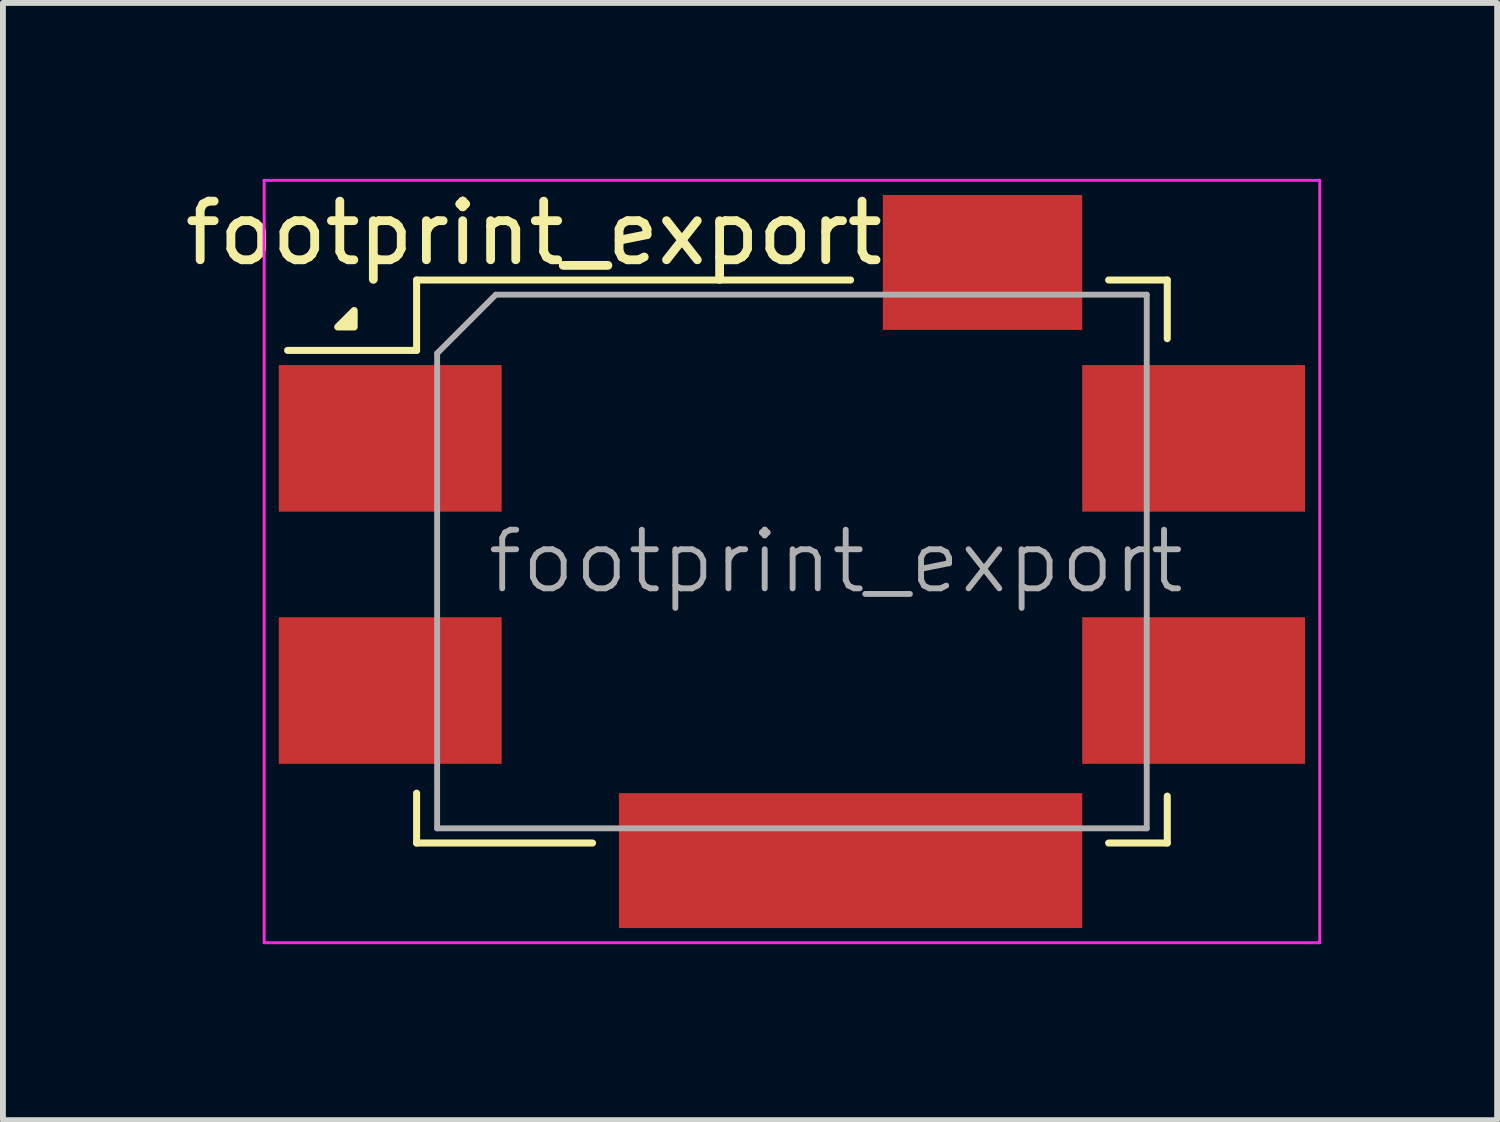
<source format=kicad_pcb>
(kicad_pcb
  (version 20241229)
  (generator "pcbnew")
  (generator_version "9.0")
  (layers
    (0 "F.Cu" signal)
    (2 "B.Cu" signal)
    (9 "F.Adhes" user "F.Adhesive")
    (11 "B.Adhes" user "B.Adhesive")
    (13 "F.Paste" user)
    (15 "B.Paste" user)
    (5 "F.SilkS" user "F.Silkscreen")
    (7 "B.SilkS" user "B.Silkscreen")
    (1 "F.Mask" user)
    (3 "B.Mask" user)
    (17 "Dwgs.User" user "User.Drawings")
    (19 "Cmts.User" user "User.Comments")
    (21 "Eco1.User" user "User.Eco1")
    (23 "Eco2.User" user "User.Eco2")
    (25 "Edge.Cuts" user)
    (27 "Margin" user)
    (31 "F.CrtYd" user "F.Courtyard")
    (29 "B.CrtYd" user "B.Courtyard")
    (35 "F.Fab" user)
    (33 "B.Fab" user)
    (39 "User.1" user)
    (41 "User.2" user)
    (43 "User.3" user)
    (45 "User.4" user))
  (footprint "footprint_export"
    (layer "F.Cu")
    (at 10.454 6.525)
    (property "Reference" "footprint_export" (at -4.4 -5.6 180) (layer "F.SilkS") (effects (font (size 1 1) (thickness 0.15))))
    (attr smd)
    (fp_line (start -6.4 -3.6) (end -8.6 -3.6) (stroke (width 0.12) (type solid)) (layer "F.SilkS"))
    (fp_line (start -6.4 -3.6) (end -6.4 -4.8) (stroke (width 0.12) (type solid)) (layer "F.SilkS"))
    (fp_line (start -6.4 4.8) (end -6.4 3.95) (stroke (width 0.12) (type solid)) (layer "F.SilkS"))
    (fp_line (start -3.4 4.8) (end -6.4 4.8) (stroke (width 0.12) (type solid)) (layer "F.SilkS"))
    (fp_line (start 1 -4.8) (end -6.4 -4.8) (stroke (width 0.12) (type solid)) (layer "F.SilkS"))
    (fp_line (start 5.4 4.8) (end 6.4 4.8) (stroke (width 0.12) (type solid)) (layer "F.SilkS"))
    (fp_line (start 6.4 -4.8) (end 5.4 -4.8) (stroke (width 0.12) (type solid)) (layer "F.SilkS"))
    (fp_line (start 6.4 -3.8) (end 6.4 -4.8) (stroke (width 0.12) (type solid)) (layer "F.SilkS"))
    (fp_line (start 6.4 4.8) (end 6.4 4) (stroke (width 0.12) (type solid)) (layer "F.SilkS"))
    (fp_poly (pts (xy -7.465 -4) (xy -7.745 -4) (xy -7.465 -4.28) (xy -7.465 -4)) (stroke (width 0.12) (type solid)) (fill yes) (layer "F.SilkS"))
    (fp_line (start -9 -6.5) (end -9 6.5) (stroke (width 0.05) (type solid)) (layer "F.CrtYd"))
    (fp_line (start -9 -6.5) (end 9 -6.5) (stroke (width 0.05) (type solid)) (layer "F.CrtYd"))
    (fp_line (start 9 6.5) (end -9 6.5) (stroke (width 0.05) (type solid)) (layer "F.CrtYd"))
    (fp_line (start 9 6.5) (end 9 -6.5) (stroke (width 0.05) (type solid)) (layer "F.CrtYd"))
    (fp_line (start -6.05 4.55) (end -6.05 -3.55) (stroke (width 0.1) (type solid)) (layer "F.Fab"))
    (fp_line (start -5.05 -4.55) (end -6.05 -3.55) (stroke (width 0.1) (type solid)) (layer "F.Fab"))
    (fp_line (start -5.05 -4.55) (end 6.05 -4.55) (stroke (width 0.1) (type solid)) (layer "F.Fab"))
    (fp_line (start 6.05 -4.55) (end 6.05 4.55) (stroke (width 0.1) (type solid)) (layer "F.Fab"))
    (fp_line (start 6.05 4.55) (end -6.05 4.55) (stroke (width 0.1) (type solid)) (layer "F.Fab"))
    (fp_text user "${REFERENCE}" (at 0.75 0 0) (layer "F.Fab") (effects (font (size 1 1) (thickness 0.1))))
    (pad "1" smd rect (at -6.85 -2.1) (size 3.8 2.5) (layers "F.Cu" "F.Mask" "F.Paste"))
    (pad "2" smd rect (at 6.85 -2.1) (size 3.8 2.5) (layers "F.Cu" "F.Mask" "F.Paste"))
    (pad "3" smd rect (at -6.85 2.2) (size 3.8 2.5) (layers "F.Cu" "F.Mask" "F.Paste"))
    (pad "4" smd rect (at 1 5.1) (size 7.9 2.3) (layers "F.Cu" "F.Mask" "F.Paste"))
    (pad "4" smd rect (at 3.25 -5.1) (size 3.4 2.3) (layers "F.Cu" "F.Mask" "F.Paste"))
    (pad "4" smd rect (at 6.85 2.2) (size 3.8 2.5) (layers "F.Cu" "F.Mask" "F.Paste")))
  (gr_rect
    (start -3 -3)
    (end 22.479 16.05)
    (stroke (width 0.1) (type default))
    (fill no)
    (layer "Edge.Cuts")))
</source>
